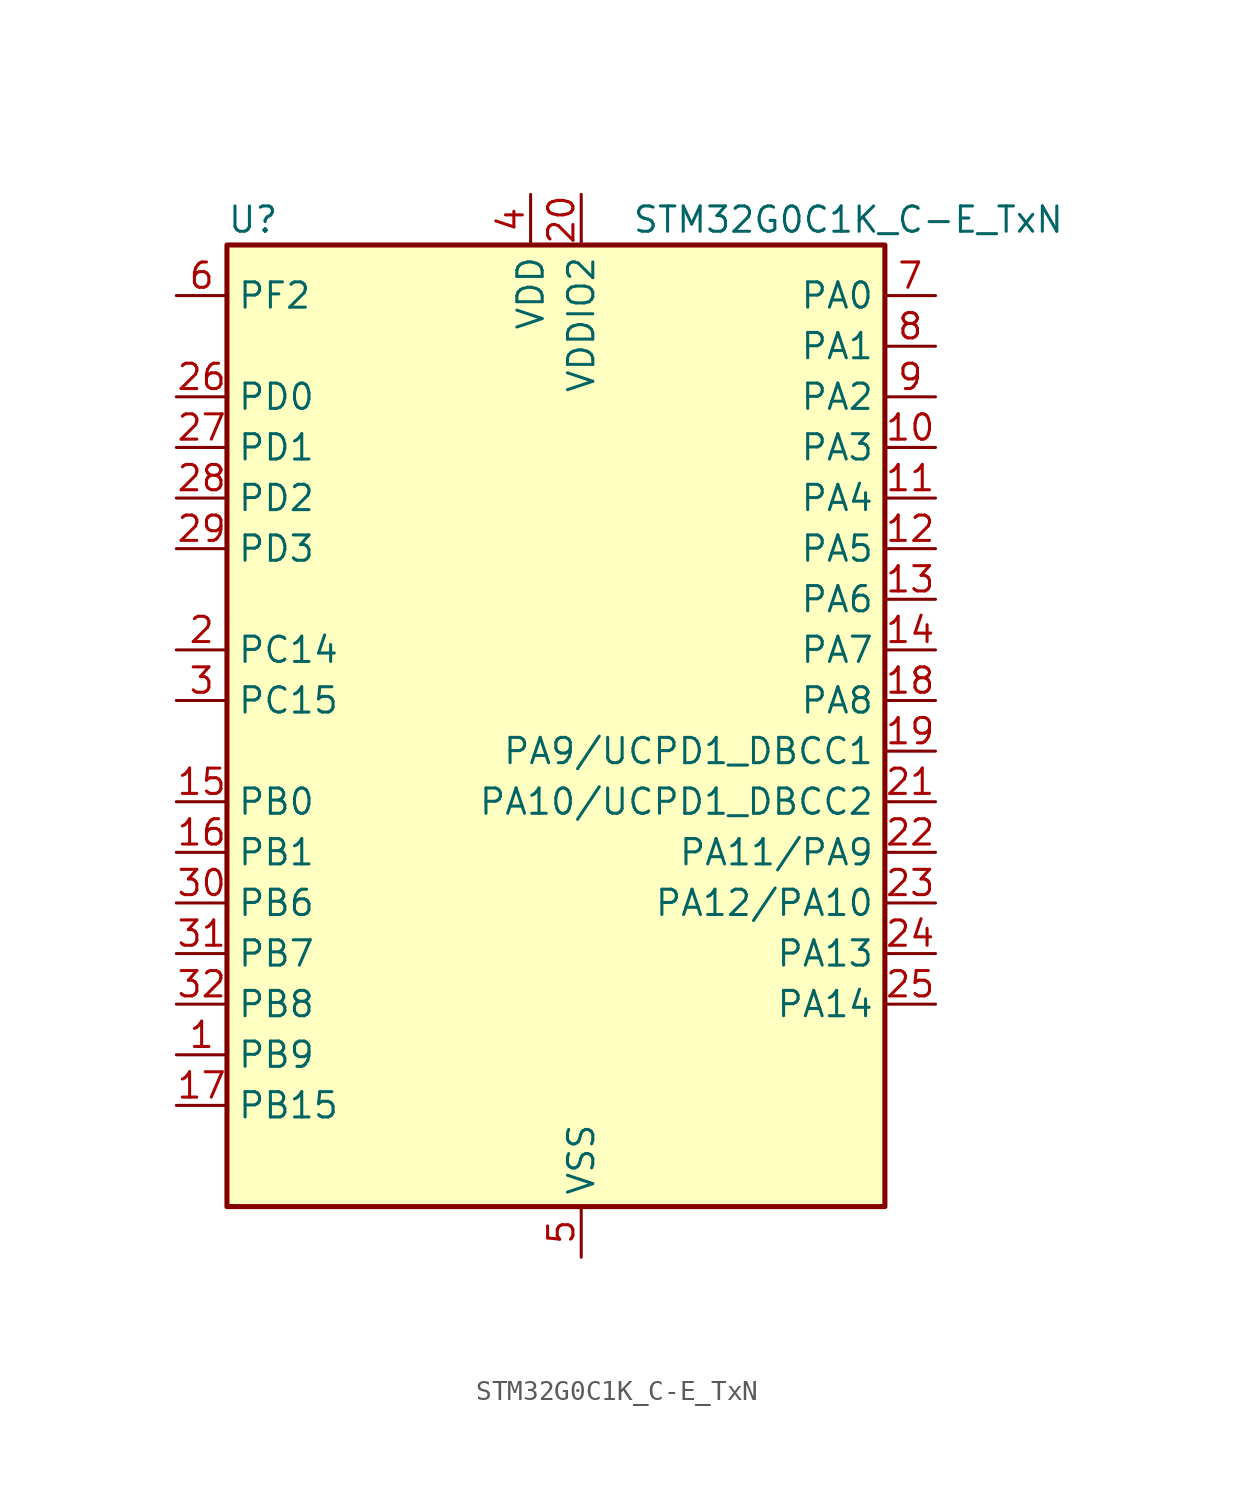
<source format=kicad_sym>
(kicad_symbol_lib
  (version 20220914)
  (generator kicad_symbol_editor)
  (symbol "STM32G0C1K_C-E_TxN"
    (property "Reference" "U"
      (at -15.24 26.67 0)
      (effects (font (size 1.27 1.27)) (justify left)))
    (property "Value" "STM32G0C1K_C-E_TxN"
      (at 5.08 26.67 0)
      (effects (font (size 1.27 1.27)) (justify left)))
    (property "ki_locked" ""
      (at 0 0 0)
      (effects (font (size 1.27 1.27))))
    (symbol "STM32G0C1K_C-E_TxN_0_1"
      (rectangle (start -15.24 -22.86) (end 17.78 25.4) (stroke (width 0.254) (type default)) (fill (type background))))
    (symbol "STM32G0C1K_C-E_TxN_1_1"
      (pin bidirectional line (at -17.78 -15.24 0) (length 2.54) (name "PB9" (effects (font (size 1.27 1.27)))) (number "1" (effects (font (size 1.27 1.27)))) (alternate "DAC1_EXTI9" bidirectional line) (alternate "FDCAN1_TX" bidirectional line) (alternate "I2C1_SDA" bidirectional line) (alternate "I2S2_WS" bidirectional line) (alternate "IR_OUT" bidirectional line) (alternate "SPI2_NSS" bidirectional line) (alternate "TIM17_CH1" bidirectional line) (alternate "TIM4_CH4" bidirectional line) (alternate "UCPD2_FRSTX1" bidirectional line) (alternate "UCPD2_FRSTX2" bidirectional line) (alternate "USART3_RX" bidirectional line) (alternate "USART6_RX" bidirectional line))
      (pin bidirectional line (at 20.32 15.24 180) (length 2.54) (name "PA3" (effects (font (size 1.27 1.27)))) (number "10" (effects (font (size 1.27 1.27)))) (alternate "ADC1_IN3" bidirectional line) (alternate "COMP2_INP" bidirectional line) (alternate "I2S2_MCK" bidirectional line) (alternate "LPUART1_RX" bidirectional line) (alternate "SPI2_MISO" bidirectional line) (alternate "TIM15_CH2" bidirectional line) (alternate "TIM2_CH4" bidirectional line) (alternate "UCPD2_FRSTX1" bidirectional line) (alternate "UCPD2_FRSTX2" bidirectional line) (alternate "USART2_RX" bidirectional line))
      (pin bidirectional line (at 20.32 12.7 180) (length 2.54) (name "PA4" (effects (font (size 1.27 1.27)))) (number "11" (effects (font (size 1.27 1.27)))) (alternate "ADC1_IN4" bidirectional line) (alternate "DAC1_OUT1" bidirectional line) (alternate "I2S1_WS" bidirectional line) (alternate "I2S2_SD" bidirectional line) (alternate "LPTIM2_OUT" bidirectional line) (alternate "RTC_OUT1" bidirectional line) (alternate "RTC_TAMP_IN1" bidirectional line) (alternate "RTC_TS" bidirectional line) (alternate "SPI1_NSS" bidirectional line) (alternate "SPI2_MOSI" bidirectional line) (alternate "SYS_WKUP2" bidirectional line) (alternate "TIM14_CH1" bidirectional line) (alternate "UCPD2_FRSTX1" bidirectional line) (alternate "UCPD2_FRSTX2" bidirectional line) (alternate "USART6_TX" bidirectional line) (alternate "USB_NOE" bidirectional line))
      (pin bidirectional line (at 20.32 10.16 180) (length 2.54) (name "PA5" (effects (font (size 1.27 1.27)))) (number "12" (effects (font (size 1.27 1.27)))) (alternate "ADC1_IN5" bidirectional line) (alternate "CEC" bidirectional line) (alternate "DAC1_OUT2" bidirectional line) (alternate "I2S1_CK" bidirectional line) (alternate "LPTIM2_ETR" bidirectional line) (alternate "SPI1_SCK" bidirectional line) (alternate "TIM2_CH1" bidirectional line) (alternate "TIM2_ETR" bidirectional line) (alternate "UCPD1_FRSTX1" bidirectional line) (alternate "UCPD1_FRSTX2" bidirectional line) (alternate "USART3_TX" bidirectional line) (alternate "USART6_RX" bidirectional line))
      (pin bidirectional line (at 20.32 7.62 180) (length 2.54) (name "PA6" (effects (font (size 1.27 1.27)))) (number "13" (effects (font (size 1.27 1.27)))) (alternate "ADC1_IN6" bidirectional line) (alternate "COMP1_OUT" bidirectional line) (alternate "I2C2_SDA" bidirectional line) (alternate "I2C3_SDA" bidirectional line) (alternate "I2S1_MCK" bidirectional line) (alternate "LPUART1_CTS" bidirectional line) (alternate "SPI1_MISO" bidirectional line) (alternate "TIM16_CH1" bidirectional line) (alternate "TIM1_BK" bidirectional line) (alternate "TIM3_CH1" bidirectional line) (alternate "USART3_CTS" bidirectional line) (alternate "USART3_NSS" bidirectional line) (alternate "USART6_CTS" bidirectional line) (alternate "USART6_NSS" bidirectional line))
      (pin bidirectional line (at 20.32 5.08 180) (length 2.54) (name "PA7" (effects (font (size 1.27 1.27)))) (number "14" (effects (font (size 1.27 1.27)))) (alternate "ADC1_IN7" bidirectional line) (alternate "COMP2_OUT" bidirectional line) (alternate "I2C2_SCL" bidirectional line) (alternate "I2C3_SCL" bidirectional line) (alternate "I2S1_SD" bidirectional line) (alternate "SPI1_MOSI" bidirectional line) (alternate "TIM14_CH1" bidirectional line) (alternate "TIM17_CH1" bidirectional line) (alternate "TIM1_CH1N" bidirectional line) (alternate "TIM3_CH2" bidirectional line) (alternate "UCPD1_FRSTX1" bidirectional line) (alternate "UCPD1_FRSTX2" bidirectional line) (alternate "USART6_CK" bidirectional line) (alternate "USART6_DE" bidirectional line) (alternate "USART6_RTS" bidirectional line))
      (pin bidirectional line (at -17.78 -2.54 0) (length 2.54) (name "PB0" (effects (font (size 1.27 1.27)))) (number "15" (effects (font (size 1.27 1.27)))) (alternate "ADC1_IN8" bidirectional line) (alternate "COMP1_OUT" bidirectional line) (alternate "COMP3_INP" bidirectional line) (alternate "FDCAN2_RX" bidirectional line) (alternate "I2S1_WS" bidirectional line) (alternate "LPTIM1_OUT" bidirectional line) (alternate "LPUART2_CTS" bidirectional line) (alternate "SPI1_NSS" bidirectional line) (alternate "TIM1_CH2N" bidirectional line) (alternate "TIM3_CH3" bidirectional line) (alternate "UCPD1_FRSTX1" bidirectional line) (alternate "UCPD1_FRSTX2" bidirectional line) (alternate "USART3_RX" bidirectional line) (alternate "USART5_TX" bidirectional line))
      (pin bidirectional line (at -17.78 -5.08 0) (length 2.54) (name "PB1" (effects (font (size 1.27 1.27)))) (number "16" (effects (font (size 1.27 1.27)))) (alternate "ADC1_IN9" bidirectional line) (alternate "COMP1_INM" bidirectional line) (alternate "COMP3_OUT" bidirectional line) (alternate "FDCAN2_TX" bidirectional line) (alternate "LPTIM2_IN1" bidirectional line) (alternate "LPUART1_DE" bidirectional line) (alternate "LPUART1_RTS" bidirectional line) (alternate "LPUART2_DE" bidirectional line) (alternate "LPUART2_RTS" bidirectional line) (alternate "TIM14_CH1" bidirectional line) (alternate "TIM1_CH3N" bidirectional line) (alternate "TIM3_CH4" bidirectional line) (alternate "USART3_CK" bidirectional line) (alternate "USART3_DE" bidirectional line) (alternate "USART3_RTS" bidirectional line) (alternate "USART5_RX" bidirectional line))
      (pin bidirectional line (at -17.78 -17.78 0) (length 2.54) (name "PB15" (effects (font (size 1.27 1.27)))) (number "17" (effects (font (size 1.27 1.27)))) (alternate "I2S2_SD" bidirectional line) (alternate "RTC_REFIN" bidirectional line) (alternate "SPI2_MOSI" bidirectional line) (alternate "TIM15_CH1N" bidirectional line) (alternate "TIM15_CH2" bidirectional line) (alternate "TIM1_CH3N" bidirectional line) (alternate "UCPD1_CC2" bidirectional line) (alternate "USART6_CTS" bidirectional line) (alternate "USART6_NSS" bidirectional line))
      (pin bidirectional line (at 20.32 2.54 180) (length 2.54) (name "PA8" (effects (font (size 1.27 1.27)))) (number "18" (effects (font (size 1.27 1.27)))) (alternate "CRS1_SYNC" bidirectional line) (alternate "I2C2_SMBA" bidirectional line) (alternate "I2S2_WS" bidirectional line) (alternate "LPTIM2_OUT" bidirectional line) (alternate "RCC_MCO" bidirectional line) (alternate "SPI2_NSS" bidirectional line) (alternate "TIM1_CH1" bidirectional line) (alternate "UCPD1_CC1" bidirectional line))
      (pin bidirectional line (at 20.32 0 180) (length 2.54) (name "PA9/UCPD1_DBCC1" (effects (font (size 1.27 1.27)))) (number "19" (effects (font (size 1.27 1.27)))) (alternate "DAC1_EXTI9" bidirectional line) (alternate "I2C1_SCL" bidirectional line) (alternate "I2C2_SCL" bidirectional line) (alternate "I2S2_MCK" bidirectional line) (alternate "RCC_MCO" bidirectional line) (alternate "SPI2_MISO" bidirectional line) (alternate "TIM15_BK" bidirectional line) (alternate "TIM1_CH2" bidirectional line) (alternate "UCPD1_DBCC1" bidirectional line) (alternate "USART1_TX" bidirectional line))
      (pin bidirectional line (at -17.78 5.08 0) (length 2.54) (name "PC14" (effects (font (size 1.27 1.27)))) (number "2" (effects (font (size 1.27 1.27)))) (alternate "RCC_OSC32_IN" bidirectional line) (alternate "RCC_OSC_IN" bidirectional line) (alternate "TIM1_BK2" bidirectional line))
      (pin power_in line (at 2.54 27.94 270) (length 2.54) (name "VDDIO2" (effects (font (size 1.27 1.27)))) (number "20" (effects (font (size 1.27 1.27)))))
      (pin bidirectional line (at 20.32 -2.54 180) (length 2.54) (name "PA10/UCPD1_DBCC2" (effects (font (size 1.27 1.27)))) (number "21" (effects (font (size 1.27 1.27)))) (alternate "I2C1_SDA" bidirectional line) (alternate "I2C2_SDA" bidirectional line) (alternate "I2S2_SD" bidirectional line) (alternate "RCC_MCO_2" bidirectional line) (alternate "SPI2_MOSI" bidirectional line) (alternate "TIM17_BK" bidirectional line) (alternate "TIM1_CH3" bidirectional line) (alternate "UCPD1_DBCC2" bidirectional line) (alternate "USART1_RX" bidirectional line))
      (pin bidirectional line (at 20.32 -5.08 180) (length 2.54) (name "PA11/PA9" (effects (font (size 1.27 1.27)))) (number "22" (effects (font (size 1.27 1.27)))) (alternate "ADC1_EXTI11" bidirectional line) (alternate "COMP1_OUT" bidirectional line) (alternate "FDCAN1_RX" bidirectional line) (alternate "I2C2_SCL" bidirectional line) (alternate "I2S1_MCK" bidirectional line) (alternate "SPI1_MISO" bidirectional line) (alternate "TIM1_BK2" bidirectional line) (alternate "TIM1_CH4" bidirectional line) (alternate "USART1_CTS" bidirectional line) (alternate "USART1_NSS" bidirectional line) (alternate "USB_DM" bidirectional line))
      (pin bidirectional line (at 20.32 -7.62 180) (length 2.54) (name "PA12/PA10" (effects (font (size 1.27 1.27)))) (number "23" (effects (font (size 1.27 1.27)))) (alternate "COMP2_OUT" bidirectional line) (alternate "FDCAN1_TX" bidirectional line) (alternate "I2C2_SDA" bidirectional line) (alternate "I2S1_SD" bidirectional line) (alternate "I2S_CKIN" bidirectional line) (alternate "SPI1_MOSI" bidirectional line) (alternate "TIM1_ETR" bidirectional line) (alternate "USART1_CK" bidirectional line) (alternate "USART1_DE" bidirectional line) (alternate "USART1_RTS" bidirectional line) (alternate "USB_DP" bidirectional line))
      (pin bidirectional line (at 20.32 -10.16 180) (length 2.54) (name "PA13" (effects (font (size 1.27 1.27)))) (number "24" (effects (font (size 1.27 1.27)))) (alternate "IR_OUT" bidirectional line) (alternate "LPUART2_RX" bidirectional line) (alternate "SYS_SWDIO" bidirectional line) (alternate "USB_NOE" bidirectional line))
      (pin bidirectional line (at 20.32 -12.7 180) (length 2.54) (name "PA14" (effects (font (size 1.27 1.27)))) (number "25" (effects (font (size 1.27 1.27)))) (alternate "LPUART2_TX" bidirectional line) (alternate "SYS_SWCLK" bidirectional line) (alternate "USART2_TX" bidirectional line))
      (pin bidirectional line (at -17.78 17.78 0) (length 2.54) (name "PD0" (effects (font (size 1.27 1.27)))) (number "26" (effects (font (size 1.27 1.27)))) (alternate "FDCAN1_RX" bidirectional line) (alternate "I2S2_WS" bidirectional line) (alternate "SPI2_NSS" bidirectional line) (alternate "TIM16_CH1" bidirectional line) (alternate "UCPD2_CC1" bidirectional line))
      (pin bidirectional line (at -17.78 15.24 0) (length 2.54) (name "PD1" (effects (font (size 1.27 1.27)))) (number "27" (effects (font (size 1.27 1.27)))) (alternate "FDCAN1_TX" bidirectional line) (alternate "I2S2_CK" bidirectional line) (alternate "SPI2_SCK" bidirectional line) (alternate "TIM17_CH1" bidirectional line) (alternate "UCPD2_DBCC1" bidirectional line))
      (pin bidirectional line (at -17.78 12.7 0) (length 2.54) (name "PD2" (effects (font (size 1.27 1.27)))) (number "28" (effects (font (size 1.27 1.27)))) (alternate "TIM1_CH1N" bidirectional line) (alternate "TIM3_ETR" bidirectional line) (alternate "UCPD2_CC2" bidirectional line) (alternate "USART3_CK" bidirectional line) (alternate "USART3_DE" bidirectional line) (alternate "USART3_RTS" bidirectional line) (alternate "USART5_RX" bidirectional line))
      (pin bidirectional line (at -17.78 10.16 0) (length 2.54) (name "PD3" (effects (font (size 1.27 1.27)))) (number "29" (effects (font (size 1.27 1.27)))) (alternate "I2S2_MCK" bidirectional line) (alternate "SPI2_MISO" bidirectional line) (alternate "TIM1_CH2N" bidirectional line) (alternate "UCPD2_DBCC2" bidirectional line) (alternate "USART2_CTS" bidirectional line) (alternate "USART2_NSS" bidirectional line) (alternate "USART5_TX" bidirectional line))
      (pin bidirectional line (at -17.78 2.54 0) (length 2.54) (name "PC15" (effects (font (size 1.27 1.27)))) (number "3" (effects (font (size 1.27 1.27)))) (alternate "RCC_OSC32_EN" bidirectional line) (alternate "RCC_OSC32_OUT" bidirectional line) (alternate "RCC_OSC_EN" bidirectional line) (alternate "TIM15_BK" bidirectional line))
      (pin bidirectional line (at -17.78 -7.62 0) (length 2.54) (name "PB6" (effects (font (size 1.27 1.27)))) (number "30" (effects (font (size 1.27 1.27)))) (alternate "COMP2_INP" bidirectional line) (alternate "FDCAN2_TX" bidirectional line) (alternate "I2C1_SCL" bidirectional line) (alternate "I2S2_MCK" bidirectional line) (alternate "LPTIM1_ETR" bidirectional line) (alternate "LPUART2_TX" bidirectional line) (alternate "SPI2_MISO" bidirectional line) (alternate "TIM16_CH1N" bidirectional line) (alternate "TIM1_CH3" bidirectional line) (alternate "TIM4_CH1" bidirectional line) (alternate "USART1_TX" bidirectional line) (alternate "USART5_CTS" bidirectional line) (alternate "USART5_NSS" bidirectional line))
      (pin bidirectional line (at -17.78 -10.16 0) (length 2.54) (name "PB7" (effects (font (size 1.27 1.27)))) (number "31" (effects (font (size 1.27 1.27)))) (alternate "COMP2_INM" bidirectional line) (alternate "I2C1_SDA" bidirectional line) (alternate "I2S2_SD" bidirectional line) (alternate "LPTIM1_IN2" bidirectional line) (alternate "LPUART2_RX" bidirectional line) (alternate "SPI2_MOSI" bidirectional line) (alternate "SYS_PVD_IN" bidirectional line) (alternate "TIM17_CH1N" bidirectional line) (alternate "TIM4_CH2" bidirectional line) (alternate "USART1_RX" bidirectional line) (alternate "USART4_CTS" bidirectional line) (alternate "USART4_NSS" bidirectional line))
      (pin bidirectional line (at -17.78 -12.7 0) (length 2.54) (name "PB8" (effects (font (size 1.27 1.27)))) (number "32" (effects (font (size 1.27 1.27)))) (alternate "CEC" bidirectional line) (alternate "FDCAN1_RX" bidirectional line) (alternate "I2C1_SCL" bidirectional line) (alternate "I2S2_CK" bidirectional line) (alternate "SPI2_SCK" bidirectional line) (alternate "TIM15_BK" bidirectional line) (alternate "TIM16_CH1" bidirectional line) (alternate "TIM4_CH3" bidirectional line) (alternate "USART3_TX" bidirectional line) (alternate "USART6_TX" bidirectional line))
      (pin power_in line (at 0 27.94 270) (length 2.54) (name "VDD" (effects (font (size 1.27 1.27)))) (number "4" (effects (font (size 1.27 1.27)))))
      (pin power_in line (at 2.54 -25.4 90) (length 2.54) (name "VSS" (effects (font (size 1.27 1.27)))) (number "5" (effects (font (size 1.27 1.27)))))
      (pin bidirectional line (at -17.78 22.86 0) (length 2.54) (name "PF2" (effects (font (size 1.27 1.27)))) (number "6" (effects (font (size 1.27 1.27)))) (alternate "LPUART2_DE" bidirectional line) (alternate "LPUART2_RTS" bidirectional line) (alternate "LPUART2_TX" bidirectional line) (alternate "RCC_MCO" bidirectional line))
      (pin bidirectional line (at 20.32 22.86 180) (length 2.54) (name "PA0" (effects (font (size 1.27 1.27)))) (number "7" (effects (font (size 1.27 1.27)))) (alternate "ADC1_IN0" bidirectional line) (alternate "COMP1_INM" bidirectional line) (alternate "COMP1_OUT" bidirectional line) (alternate "I2S2_CK" bidirectional line) (alternate "LPTIM1_OUT" bidirectional line) (alternate "RTC_TAMP_IN2" bidirectional line) (alternate "SPI2_SCK" bidirectional line) (alternate "SYS_WKUP1" bidirectional line) (alternate "TIM2_CH1" bidirectional line) (alternate "TIM2_ETR" bidirectional line) (alternate "UCPD2_FRSTX1" bidirectional line) (alternate "UCPD2_FRSTX2" bidirectional line) (alternate "USART2_CTS" bidirectional line) (alternate "USART2_NSS" bidirectional line) (alternate "USART4_TX" bidirectional line))
      (pin bidirectional line (at 20.32 20.32 180) (length 2.54) (name "PA1" (effects (font (size 1.27 1.27)))) (number "8" (effects (font (size 1.27 1.27)))) (alternate "ADC1_IN1" bidirectional line) (alternate "COMP1_INP" bidirectional line) (alternate "I2C1_SMBA" bidirectional line) (alternate "I2S1_CK" bidirectional line) (alternate "SPI1_SCK" bidirectional line) (alternate "TIM15_CH1N" bidirectional line) (alternate "TIM2_CH2" bidirectional line) (alternate "USART2_CK" bidirectional line) (alternate "USART2_DE" bidirectional line) (alternate "USART2_RTS" bidirectional line) (alternate "USART4_RX" bidirectional line))
      (pin bidirectional line (at 20.32 17.78 180) (length 2.54) (name "PA2" (effects (font (size 1.27 1.27)))) (number "9" (effects (font (size 1.27 1.27)))) (alternate "ADC1_IN2" bidirectional line) (alternate "COMP2_INM" bidirectional line) (alternate "COMP2_OUT" bidirectional line) (alternate "I2S1_SD" bidirectional line) (alternate "LPUART1_TX" bidirectional line) (alternate "RCC_LSCO" bidirectional line) (alternate "SPI1_MOSI" bidirectional line) (alternate "SYS_WKUP4" bidirectional line) (alternate "TIM15_CH1" bidirectional line) (alternate "TIM2_CH3" bidirectional line) (alternate "UCPD1_FRSTX1" bidirectional line) (alternate "UCPD1_FRSTX2" bidirectional line) (alternate "USART2_TX" bidirectional line)))))
</source>
